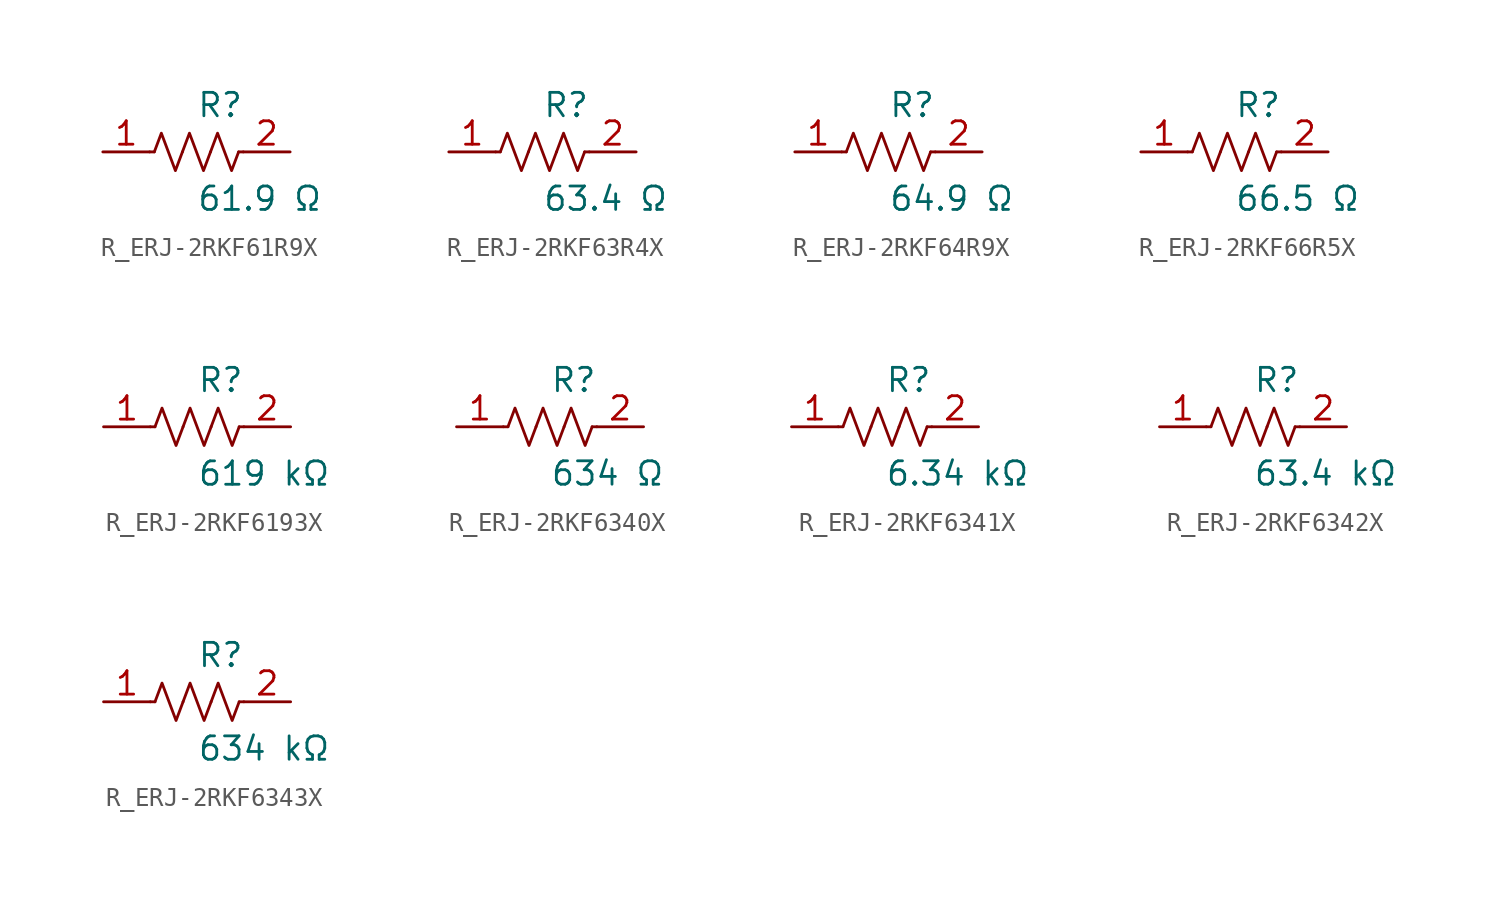
<source format=kicad_sym>
(kicad_symbol_lib
  (version 20231120)
  (generator kicad_symbol_editor)
  (generator_version 8.0)
  (symbol "R_ERJ-2RKF61R9X"
    (pin_names
      (offset 0.254))
    (property "Reference" "R"
      (at 0 2.54 0)
      (effects (font (size 1.27 1.27)) (justify left)))
    (property "Value" "61.9 Ω"
      (at 0 -2.54 0)
      (effects (font (size 1.27 1.27)) (justify left)))
    (symbol "R_ERJ-2RKF61R9X_0_1"
      (polyline (pts (xy 2.286 0) (xy 2.54 0)) (stroke (width 0) (type default)) (fill (type none)))
      (polyline (pts (xy -2.286 0) (xy -2.54 0)) (stroke (width 0) (type default)) (fill (type none)))
      (polyline (pts (xy 0.762 0) (xy 1.143 1.016) (xy 1.524 0) (xy 1.905 -1.016) (xy 2.286 0)) (stroke (width 0) (type default)) (fill (type none)))
      (polyline (pts (xy -0.762 0) (xy -0.381 1.016) (xy 0 0) (xy 0.381 -1.016) (xy 0.762 0)) (stroke (width 0) (type default)) (fill (type none)))
      (polyline (pts (xy -2.286 0) (xy -1.905 1.016) (xy -1.524 0) (xy -1.143 -1.016) (xy -0.762 0)) (stroke (width 0) (type default)) (fill (type none))))
    (pin unspecified line
      (at -5.08 0 0)
      (length 2.54)
      (name "" (effects (font (size 1.27 1.27))))
      (number "1" (effects (font (size 1.27 1.27)))))
    (pin unspecified line
      (at 5.08 0 180)
      (length 2.54)
      (name "" (effects (font (size 1.27 1.27))))
      (number "2" (effects (font (size 1.27 1.27))))))
  (symbol "R_ERJ-2RKF63R4X"
    (pin_names
      (offset 0.254))
    (property "Reference" "R"
      (at 0 2.54 0)
      (effects (font (size 1.27 1.27)) (justify left)))
    (property "Value" "63.4 Ω"
      (at 0 -2.54 0)
      (effects (font (size 1.27 1.27)) (justify left)))
    (symbol "R_ERJ-2RKF63R4X_0_1"
      (polyline (pts (xy 2.286 0) (xy 2.54 0)) (stroke (width 0) (type default)) (fill (type none)))
      (polyline (pts (xy -2.286 0) (xy -2.54 0)) (stroke (width 0) (type default)) (fill (type none)))
      (polyline (pts (xy 0.762 0) (xy 1.143 1.016) (xy 1.524 0) (xy 1.905 -1.016) (xy 2.286 0)) (stroke (width 0) (type default)) (fill (type none)))
      (polyline (pts (xy -0.762 0) (xy -0.381 1.016) (xy 0 0) (xy 0.381 -1.016) (xy 0.762 0)) (stroke (width 0) (type default)) (fill (type none)))
      (polyline (pts (xy -2.286 0) (xy -1.905 1.016) (xy -1.524 0) (xy -1.143 -1.016) (xy -0.762 0)) (stroke (width 0) (type default)) (fill (type none))))
    (pin unspecified line
      (at -5.08 0 0)
      (length 2.54)
      (name "" (effects (font (size 1.27 1.27))))
      (number "1" (effects (font (size 1.27 1.27)))))
    (pin unspecified line
      (at 5.08 0 180)
      (length 2.54)
      (name "" (effects (font (size 1.27 1.27))))
      (number "2" (effects (font (size 1.27 1.27))))))
  (symbol "R_ERJ-2RKF64R9X"
    (pin_names
      (offset 0.254))
    (property "Reference" "R"
      (at 0 2.54 0)
      (effects (font (size 1.27 1.27)) (justify left)))
    (property "Value" "64.9 Ω"
      (at 0 -2.54 0)
      (effects (font (size 1.27 1.27)) (justify left)))
    (symbol "R_ERJ-2RKF64R9X_0_1"
      (polyline (pts (xy 2.286 0) (xy 2.54 0)) (stroke (width 0) (type default)) (fill (type none)))
      (polyline (pts (xy -2.286 0) (xy -2.54 0)) (stroke (width 0) (type default)) (fill (type none)))
      (polyline (pts (xy 0.762 0) (xy 1.143 1.016) (xy 1.524 0) (xy 1.905 -1.016) (xy 2.286 0)) (stroke (width 0) (type default)) (fill (type none)))
      (polyline (pts (xy -0.762 0) (xy -0.381 1.016) (xy 0 0) (xy 0.381 -1.016) (xy 0.762 0)) (stroke (width 0) (type default)) (fill (type none)))
      (polyline (pts (xy -2.286 0) (xy -1.905 1.016) (xy -1.524 0) (xy -1.143 -1.016) (xy -0.762 0)) (stroke (width 0) (type default)) (fill (type none))))
    (pin unspecified line
      (at -5.08 0 0)
      (length 2.54)
      (name "" (effects (font (size 1.27 1.27))))
      (number "1" (effects (font (size 1.27 1.27)))))
    (pin unspecified line
      (at 5.08 0 180)
      (length 2.54)
      (name "" (effects (font (size 1.27 1.27))))
      (number "2" (effects (font (size 1.27 1.27))))))
  (symbol "R_ERJ-2RKF66R5X"
    (pin_names
      (offset 0.254))
    (property "Reference" "R"
      (at 0 2.54 0)
      (effects (font (size 1.27 1.27)) (justify left)))
    (property "Value" "66.5 Ω"
      (at 0 -2.54 0)
      (effects (font (size 1.27 1.27)) (justify left)))
    (symbol "R_ERJ-2RKF66R5X_0_1"
      (polyline (pts (xy 2.286 0) (xy 2.54 0)) (stroke (width 0) (type default)) (fill (type none)))
      (polyline (pts (xy -2.286 0) (xy -2.54 0)) (stroke (width 0) (type default)) (fill (type none)))
      (polyline (pts (xy 0.762 0) (xy 1.143 1.016) (xy 1.524 0) (xy 1.905 -1.016) (xy 2.286 0)) (stroke (width 0) (type default)) (fill (type none)))
      (polyline (pts (xy -0.762 0) (xy -0.381 1.016) (xy 0 0) (xy 0.381 -1.016) (xy 0.762 0)) (stroke (width 0) (type default)) (fill (type none)))
      (polyline (pts (xy -2.286 0) (xy -1.905 1.016) (xy -1.524 0) (xy -1.143 -1.016) (xy -0.762 0)) (stroke (width 0) (type default)) (fill (type none))))
    (pin unspecified line
      (at -5.08 0 0)
      (length 2.54)
      (name "" (effects (font (size 1.27 1.27))))
      (number "1" (effects (font (size 1.27 1.27)))))
    (pin unspecified line
      (at 5.08 0 180)
      (length 2.54)
      (name "" (effects (font (size 1.27 1.27))))
      (number "2" (effects (font (size 1.27 1.27))))))
  (symbol "R_ERJ-2RKF6193X"
    (pin_names
      (offset 0.254))
    (property "Reference" "R"
      (at 0 2.54 0)
      (effects (font (size 1.27 1.27)) (justify left)))
    (property "Value" "619 kΩ"
      (at 0 -2.54 0)
      (effects (font (size 1.27 1.27)) (justify left)))
    (symbol "R_ERJ-2RKF6193X_0_1"
      (polyline (pts (xy 2.286 0) (xy 2.54 0)) (stroke (width 0) (type default)) (fill (type none)))
      (polyline (pts (xy -2.286 0) (xy -2.54 0)) (stroke (width 0) (type default)) (fill (type none)))
      (polyline (pts (xy 0.762 0) (xy 1.143 1.016) (xy 1.524 0) (xy 1.905 -1.016) (xy 2.286 0)) (stroke (width 0) (type default)) (fill (type none)))
      (polyline (pts (xy -0.762 0) (xy -0.381 1.016) (xy 0 0) (xy 0.381 -1.016) (xy 0.762 0)) (stroke (width 0) (type default)) (fill (type none)))
      (polyline (pts (xy -2.286 0) (xy -1.905 1.016) (xy -1.524 0) (xy -1.143 -1.016) (xy -0.762 0)) (stroke (width 0) (type default)) (fill (type none))))
    (pin unspecified line
      (at -5.08 0 0)
      (length 2.54)
      (name "" (effects (font (size 1.27 1.27))))
      (number "1" (effects (font (size 1.27 1.27)))))
    (pin unspecified line
      (at 5.08 0 180)
      (length 2.54)
      (name "" (effects (font (size 1.27 1.27))))
      (number "2" (effects (font (size 1.27 1.27))))))
  (symbol "R_ERJ-2RKF6340X"
    (pin_names
      (offset 0.254))
    (property "Reference" "R"
      (at 0 2.54 0)
      (effects (font (size 1.27 1.27)) (justify left)))
    (property "Value" "634 Ω"
      (at 0 -2.54 0)
      (effects (font (size 1.27 1.27)) (justify left)))
    (symbol "R_ERJ-2RKF6340X_0_1"
      (polyline (pts (xy 2.286 0) (xy 2.54 0)) (stroke (width 0) (type default)) (fill (type none)))
      (polyline (pts (xy -2.286 0) (xy -2.54 0)) (stroke (width 0) (type default)) (fill (type none)))
      (polyline (pts (xy 0.762 0) (xy 1.143 1.016) (xy 1.524 0) (xy 1.905 -1.016) (xy 2.286 0)) (stroke (width 0) (type default)) (fill (type none)))
      (polyline (pts (xy -0.762 0) (xy -0.381 1.016) (xy 0 0) (xy 0.381 -1.016) (xy 0.762 0)) (stroke (width 0) (type default)) (fill (type none)))
      (polyline (pts (xy -2.286 0) (xy -1.905 1.016) (xy -1.524 0) (xy -1.143 -1.016) (xy -0.762 0)) (stroke (width 0) (type default)) (fill (type none))))
    (pin unspecified line
      (at -5.08 0 0)
      (length 2.54)
      (name "" (effects (font (size 1.27 1.27))))
      (number "1" (effects (font (size 1.27 1.27)))))
    (pin unspecified line
      (at 5.08 0 180)
      (length 2.54)
      (name "" (effects (font (size 1.27 1.27))))
      (number "2" (effects (font (size 1.27 1.27))))))
  (symbol "R_ERJ-2RKF6341X"
    (pin_names
      (offset 0.254))
    (property "Reference" "R"
      (at 0 2.54 0)
      (effects (font (size 1.27 1.27)) (justify left)))
    (property "Value" "6.34 kΩ"
      (at 0 -2.54 0)
      (effects (font (size 1.27 1.27)) (justify left)))
    (symbol "R_ERJ-2RKF6341X_0_1"
      (polyline (pts (xy 2.286 0) (xy 2.54 0)) (stroke (width 0) (type default)) (fill (type none)))
      (polyline (pts (xy -2.286 0) (xy -2.54 0)) (stroke (width 0) (type default)) (fill (type none)))
      (polyline (pts (xy 0.762 0) (xy 1.143 1.016) (xy 1.524 0) (xy 1.905 -1.016) (xy 2.286 0)) (stroke (width 0) (type default)) (fill (type none)))
      (polyline (pts (xy -0.762 0) (xy -0.381 1.016) (xy 0 0) (xy 0.381 -1.016) (xy 0.762 0)) (stroke (width 0) (type default)) (fill (type none)))
      (polyline (pts (xy -2.286 0) (xy -1.905 1.016) (xy -1.524 0) (xy -1.143 -1.016) (xy -0.762 0)) (stroke (width 0) (type default)) (fill (type none))))
    (pin unspecified line
      (at -5.08 0 0)
      (length 2.54)
      (name "" (effects (font (size 1.27 1.27))))
      (number "1" (effects (font (size 1.27 1.27)))))
    (pin unspecified line
      (at 5.08 0 180)
      (length 2.54)
      (name "" (effects (font (size 1.27 1.27))))
      (number "2" (effects (font (size 1.27 1.27))))))
  (symbol "R_ERJ-2RKF6342X"
    (pin_names
      (offset 0.254))
    (property "Reference" "R"
      (at 0 2.54 0)
      (effects (font (size 1.27 1.27)) (justify left)))
    (property "Value" "63.4 kΩ"
      (at 0 -2.54 0)
      (effects (font (size 1.27 1.27)) (justify left)))
    (symbol "R_ERJ-2RKF6342X_0_1"
      (polyline (pts (xy 2.286 0) (xy 2.54 0)) (stroke (width 0) (type default)) (fill (type none)))
      (polyline (pts (xy -2.286 0) (xy -2.54 0)) (stroke (width 0) (type default)) (fill (type none)))
      (polyline (pts (xy 0.762 0) (xy 1.143 1.016) (xy 1.524 0) (xy 1.905 -1.016) (xy 2.286 0)) (stroke (width 0) (type default)) (fill (type none)))
      (polyline (pts (xy -0.762 0) (xy -0.381 1.016) (xy 0 0) (xy 0.381 -1.016) (xy 0.762 0)) (stroke (width 0) (type default)) (fill (type none)))
      (polyline (pts (xy -2.286 0) (xy -1.905 1.016) (xy -1.524 0) (xy -1.143 -1.016) (xy -0.762 0)) (stroke (width 0) (type default)) (fill (type none))))
    (pin unspecified line
      (at -5.08 0 0)
      (length 2.54)
      (name "" (effects (font (size 1.27 1.27))))
      (number "1" (effects (font (size 1.27 1.27)))))
    (pin unspecified line
      (at 5.08 0 180)
      (length 2.54)
      (name "" (effects (font (size 1.27 1.27))))
      (number "2" (effects (font (size 1.27 1.27))))))
  (symbol "R_ERJ-2RKF6343X"
    (pin_names
      (offset 0.254))
    (property "Reference" "R"
      (at 0 2.54 0)
      (effects (font (size 1.27 1.27)) (justify left)))
    (property "Value" "634 kΩ"
      (at 0 -2.54 0)
      (effects (font (size 1.27 1.27)) (justify left)))
    (symbol "R_ERJ-2RKF6343X_0_1"
      (polyline (pts (xy 2.286 0) (xy 2.54 0)) (stroke (width 0) (type default)) (fill (type none)))
      (polyline (pts (xy -2.286 0) (xy -2.54 0)) (stroke (width 0) (type default)) (fill (type none)))
      (polyline (pts (xy 0.762 0) (xy 1.143 1.016) (xy 1.524 0) (xy 1.905 -1.016) (xy 2.286 0)) (stroke (width 0) (type default)) (fill (type none)))
      (polyline (pts (xy -0.762 0) (xy -0.381 1.016) (xy 0 0) (xy 0.381 -1.016) (xy 0.762 0)) (stroke (width 0) (type default)) (fill (type none)))
      (polyline (pts (xy -2.286 0) (xy -1.905 1.016) (xy -1.524 0) (xy -1.143 -1.016) (xy -0.762 0)) (stroke (width 0) (type default)) (fill (type none))))
    (pin unspecified line
      (at -5.08 0 0)
      (length 2.54)
      (name "" (effects (font (size 1.27 1.27))))
      (number "1" (effects (font (size 1.27 1.27)))))
    (pin unspecified line
      (at 5.08 0 180)
      (length 2.54)
      (name "" (effects (font (size 1.27 1.27))))
      (number "2" (effects (font (size 1.27 1.27)))))))
</source>
